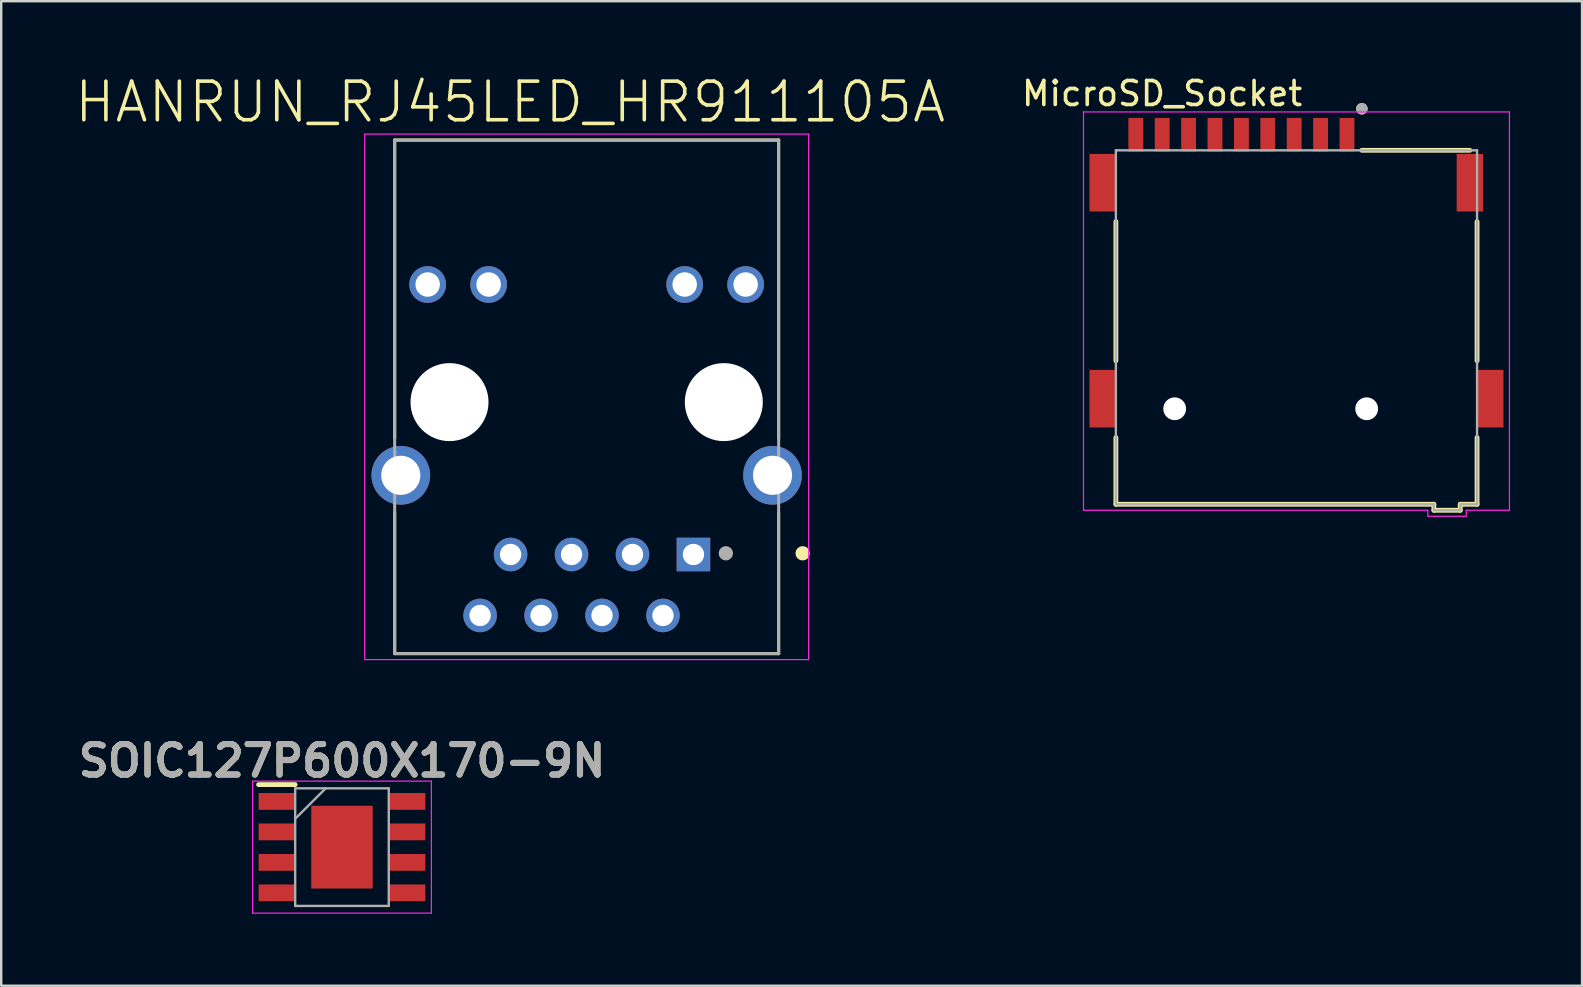
<source format=kicad_pcb>
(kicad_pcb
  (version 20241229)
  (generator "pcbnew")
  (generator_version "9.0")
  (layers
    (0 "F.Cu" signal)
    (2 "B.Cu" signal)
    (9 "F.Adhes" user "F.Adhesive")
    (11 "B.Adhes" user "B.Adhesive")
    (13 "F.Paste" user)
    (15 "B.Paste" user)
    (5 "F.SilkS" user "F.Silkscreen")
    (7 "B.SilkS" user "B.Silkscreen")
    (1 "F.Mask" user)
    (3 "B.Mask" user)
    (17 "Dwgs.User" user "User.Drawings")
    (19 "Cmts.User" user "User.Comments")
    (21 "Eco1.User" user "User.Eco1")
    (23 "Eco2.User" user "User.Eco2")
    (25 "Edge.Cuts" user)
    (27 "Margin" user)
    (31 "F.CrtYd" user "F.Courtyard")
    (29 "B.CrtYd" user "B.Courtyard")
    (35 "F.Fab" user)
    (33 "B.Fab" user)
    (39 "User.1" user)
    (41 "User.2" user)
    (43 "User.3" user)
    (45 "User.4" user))
  (footprint "HANRUN_RJ45LED_HR911105A"
    (layer "F.Cu")
    (at 21.396 13.706)
    (property "Reference" "HANRUN_RJ45LED_HR911105A" (at -3.188 -12.503 0) (layer "F.SilkS") (effects (font (size 1.608 1.608) (thickness 0.15))))
    (attr through_hole)
    (fp_line (start -8 -10.92) (end -8 1.5) (stroke (width 0.127) (type solid)) (layer "F.SilkS"))
    (fp_line (start -8 4.6) (end -8 10.48) (stroke (width 0.127) (type solid)) (layer "F.SilkS"))
    (fp_line (start 8 -10.92) (end -8 -10.92) (stroke (width 0.127) (type solid)) (layer "F.SilkS"))
    (fp_line (start 8 -10.92) (end 8 1.5) (stroke (width 0.127) (type solid)) (layer "F.SilkS"))
    (fp_line (start 8 4.6) (end 8 10.48) (stroke (width 0.127) (type solid)) (layer "F.SilkS"))
    (fp_line (start 8 10.48) (end -8 10.48) (stroke (width 0.127) (type solid)) (layer "F.SilkS"))
    (fp_circle (center 9 6.3) (end 9.15 6.3) (stroke (width 0.3) (type solid)) (fill no) (layer "F.SilkS"))
    (fp_line (start -9.25 -11.17) (end -9.25 10.73) (stroke (width 0.05) (type solid)) (layer "F.CrtYd"))
    (fp_line (start -9.25 10.73) (end 9.25 10.73) (stroke (width 0.05) (type solid)) (layer "F.CrtYd"))
    (fp_line (start 9.25 -11.17) (end -9.25 -11.17) (stroke (width 0.05) (type solid)) (layer "F.CrtYd"))
    (fp_line (start 9.25 10.73) (end 9.25 -11.17) (stroke (width 0.05) (type solid)) (layer "F.CrtYd"))
    (fp_line (start -8 -10.92) (end -8 10.48) (stroke (width 0.127) (type solid)) (layer "F.Fab"))
    (fp_line (start -8 10.48) (end 8 10.48) (stroke (width 0.127) (type solid)) (layer "F.Fab"))
    (fp_line (start 8 -10.92) (end -8 -10.92) (stroke (width 0.127) (type solid)) (layer "F.Fab"))
    (fp_line (start 8 10.48) (end 8 -10.92) (stroke (width 0.127) (type solid)) (layer "F.Fab"))
    (fp_circle (center 5.8 6.3) (end 5.95 6.3) (stroke (width 0.3) (type solid)) (fill no) (layer "F.Fab"))
    (pad "" np_thru_hole circle (at -5.715 0) (size 3.25 3.25) (drill 3.25) (layers "*.Cu" "*.Mask"))
    (pad "" np_thru_hole circle (at 5.715 0) (size 3.25 3.25) (drill 3.25) (layers "*.Cu" "*.Mask"))
    (pad "1" thru_hole rect (at 4.45 6.35) (size 1.398 1.398) (drill 0.89) (layers "*.Cu" "*.Mask"))
    (pad "2" thru_hole circle (at 3.18 8.89) (size 1.398 1.398) (drill 0.89) (layers "*.Cu" "*.Mask"))
    (pad "3" thru_hole circle (at 1.91 6.35) (size 1.398 1.398) (drill 0.89) (layers "*.Cu" "*.Mask"))
    (pad "4" thru_hole circle (at 0.64 8.89) (size 1.398 1.398) (drill 0.89) (layers "*.Cu" "*.Mask"))
    (pad "5" thru_hole circle (at -0.63 6.35) (size 1.398 1.398) (drill 0.89) (layers "*.Cu" "*.Mask"))
    (pad "6" thru_hole circle (at -1.9 8.89) (size 1.398 1.398) (drill 0.89) (layers "*.Cu" "*.Mask"))
    (pad "7" thru_hole circle (at -3.17 6.35) (size 1.398 1.398) (drill 0.89) (layers "*.Cu" "*.Mask"))
    (pad "8" thru_hole circle (at -4.44 8.89) (size 1.398 1.398) (drill 0.89) (layers "*.Cu" "*.Mask"))
    (pad "9" thru_hole circle (at 6.625 -4.9) (size 1.53 1.53) (drill 1.02) (layers "*.Cu" "*.Mask"))
    (pad "10" thru_hole circle (at 4.085 -4.9) (size 1.53 1.53) (drill 1.02) (layers "*.Cu" "*.Mask"))
    (pad "11" thru_hole circle (at -4.085 -4.9) (size 1.53 1.53) (drill 1.02) (layers "*.Cu" "*.Mask"))
    (pad "12" thru_hole circle (at -6.625 -4.9) (size 1.53 1.53) (drill 1.02) (layers "*.Cu" "*.Mask"))
    (pad "SH" thru_hole circle (at -7.745 3.05) (size 2.445 2.445) (drill 1.63) (layers "*.Cu" "*.Mask"))
    (pad "SH" thru_hole circle (at 7.745 3.05) (size 2.445 2.445) (drill 1.63) (layers "*.Cu" "*.Mask")))
  (footprint "MicroSD_Socket"
    (layer "F.Cu")
    (at 50.499 13.983)
    (property "Reference" "MicroSD_Socket" (at -5.125 -13.135 0) (layer "F.SilkS") (effects (font (size 1 1) (thickness 0.15))))
    (attr through_hole)
    (fp_line (start -7.05 -2) (end -7.05 -7.8) (stroke (width 0.2) (type solid)) (layer "F.SilkS"))
    (fp_line (start -7.05 3.98) (end -7.05 1.2) (stroke (width 0.2) (type solid)) (layer "F.SilkS"))
    (fp_line (start -7.05 3.98) (end 6.2 3.98) (stroke (width 0.2) (type solid)) (layer "F.SilkS"))
    (fp_line (start 3.2 -10.77) (end 7.7 -10.77) (stroke (width 0.2) (type solid)) (layer "F.SilkS"))
    (fp_line (start 6.2 3.98) (end 6.2 4.23) (stroke (width 0.2) (type solid)) (layer "F.SilkS"))
    (fp_line (start 6.2 4.23) (end 7.3 4.23) (stroke (width 0.2) (type solid)) (layer "F.SilkS"))
    (fp_line (start 7.3 3.98) (end 8 3.98) (stroke (width 0.2) (type solid)) (layer "F.SilkS"))
    (fp_line (start 7.3 4.23) (end 7.3 3.98) (stroke (width 0.2) (type solid)) (layer "F.SilkS"))
    (fp_line (start 8 -2) (end 8 -7.8) (stroke (width 0.2) (type solid)) (layer "F.SilkS"))
    (fp_line (start 8 3.98) (end 8 1.2) (stroke (width 0.2) (type solid)) (layer "F.SilkS"))
    (fp_circle (center 3.2 -12.5) (end 3.32 -12.5) (stroke (width 0.24) (type solid)) (fill no) (layer "F.SilkS"))
    (fp_line (start -8.4 -12.37) (end 9.35 -12.37) (stroke (width 0.05) (type solid)) (layer "F.CrtYd"))
    (fp_line (start -8.4 4.23) (end -8.4 -12.37) (stroke (width 0.05) (type solid)) (layer "F.CrtYd"))
    (fp_line (start -8.4 4.23) (end 5.95 4.23) (stroke (width 0.05) (type solid)) (layer "F.CrtYd"))
    (fp_line (start 5.95 4.23) (end 5.95 4.48) (stroke (width 0.05) (type solid)) (layer "F.CrtYd"))
    (fp_line (start 5.95 4.48) (end 7.55 4.48) (stroke (width 0.05) (type solid)) (layer "F.CrtYd"))
    (fp_line (start 7.55 4.23) (end 9.35 4.23) (stroke (width 0.05) (type solid)) (layer "F.CrtYd"))
    (fp_line (start 7.55 4.48) (end 7.55 4.23) (stroke (width 0.05) (type solid)) (layer "F.CrtYd"))
    (fp_line (start 9.35 -12.37) (end 9.35 4.23) (stroke (width 0.05) (type solid)) (layer "F.CrtYd"))
    (fp_line (start -7.05 -10.77) (end 8 -10.77) (stroke (width 0.1) (type solid)) (layer "F.Fab"))
    (fp_line (start -7.05 3.98) (end -7.05 -10.77) (stroke (width 0.1) (type solid)) (layer "F.Fab"))
    (fp_line (start -7.05 3.98) (end 6.2 3.98) (stroke (width 0.1) (type solid)) (layer "F.Fab"))
    (fp_line (start 6.2 3.98) (end 6.2 4.23) (stroke (width 0.1) (type solid)) (layer "F.Fab"))
    (fp_line (start 6.2 4.23) (end 7.3 4.23) (stroke (width 0.1) (type solid)) (layer "F.Fab"))
    (fp_line (start 7.3 3.98) (end 8 3.98) (stroke (width 0.1) (type solid)) (layer "F.Fab"))
    (fp_line (start 7.3 4.23) (end 7.3 3.98) (stroke (width 0.1) (type solid)) (layer "F.Fab"))
    (fp_line (start 8 3.98) (end 8 -10.77) (stroke (width 0.1) (type solid)) (layer "F.Fab"))
    (fp_circle (center 3.2 -12.5) (end 3.32 -12.5) (stroke (width 0.24) (type solid)) (fill no) (layer "F.Fab"))
    (pad "" np_thru_hole circle (at -4.6 0) (size 0.95 0.95) (drill 0.95) (layers "*.Cu" "*.Mask"))
    (pad "" np_thru_hole circle (at 3.4 0) (size 0.95 0.95) (drill 0.95) (layers "*.Cu" "*.Mask"))
    (pad "P1" smd rect (at 2.58 -11.42) (size 0.62 1.4) (layers "F.Cu" "F.Mask" "F.Paste"))
    (pad "P2" smd rect (at 1.48 -11.42) (size 0.62 1.4) (layers "F.Cu" "F.Mask" "F.Paste"))
    (pad "P3" smd rect (at 0.38 -11.42) (size 0.62 1.4) (layers "F.Cu" "F.Mask" "F.Paste"))
    (pad "P4" smd rect (at -0.72 -11.42) (size 0.62 1.4) (layers "F.Cu" "F.Mask" "F.Paste"))
    (pad "P5" smd rect (at -1.82 -11.42) (size 0.62 1.4) (layers "F.Cu" "F.Mask" "F.Paste"))
    (pad "P6" smd rect (at -2.92 -11.42) (size 0.62 1.4) (layers "F.Cu" "F.Mask" "F.Paste"))
    (pad "P7" smd rect (at -4.02 -11.42) (size 0.62 1.4) (layers "F.Cu" "F.Mask" "F.Paste"))
    (pad "P8" smd rect (at -5.12 -11.42) (size 0.62 1.4) (layers "F.Cu" "F.Mask" "F.Paste"))
    (pad "P9" smd rect (at -6.22 -11.42) (size 0.62 1.4) (layers "F.Cu" "F.Mask" "F.Paste"))
    (pad "SH1" smd rect (at -7.6 -0.42) (size 1.1 2.4) (layers "F.Cu" "F.Mask" "F.Paste"))
    (pad "SH2" smd rect (at -7.6 -9.42) (size 1.1 2.4) (layers "F.Cu" "F.Mask" "F.Paste"))
    (pad "SH3" smd rect (at 7.7 -9.42) (size 1.1 2.4) (layers "F.Cu" "F.Mask" "F.Paste"))
    (pad "SH4" smd rect (at 8.55 -0.42) (size 1.1 2.4) (layers "F.Cu" "F.Mask" "F.Paste")))
  (footprint "SOIC127P600X170-9N"
    (layer "F.Cu")
    (at 11.2 32.25)
    (property "Reference" "SOIC127P600X170-9N" (at 0 -3.6 0) (layer "F.SilkS") (effects (font (size 1.27 1.27) (thickness 0.254))))
    (attr smd)
    (fp_line (start -3.475 -2.605) (end -1.95 -2.605) (stroke (width 0.2) (type solid)) (layer "F.SilkS"))
    (fp_line (start -3.725 -2.75) (end 3.725 -2.75) (stroke (width 0.05) (type solid)) (layer "F.CrtYd"))
    (fp_line (start -3.725 2.75) (end -3.725 -2.75) (stroke (width 0.05) (type solid)) (layer "F.CrtYd"))
    (fp_line (start 3.725 -2.75) (end 3.725 2.75) (stroke (width 0.05) (type solid)) (layer "F.CrtYd"))
    (fp_line (start 3.725 2.75) (end -3.725 2.75) (stroke (width 0.05) (type solid)) (layer "F.CrtYd"))
    (fp_line (start -1.95 -2.45) (end 1.95 -2.45) (stroke (width 0.1) (type solid)) (layer "F.Fab"))
    (fp_line (start -1.95 -1.18) (end -0.68 -2.45) (stroke (width 0.1) (type solid)) (layer "F.Fab"))
    (fp_line (start -1.95 2.45) (end -1.95 -2.45) (stroke (width 0.1) (type solid)) (layer "F.Fab"))
    (fp_line (start 1.95 -2.45) (end 1.95 2.45) (stroke (width 0.1) (type solid)) (layer "F.Fab"))
    (fp_line (start 1.95 2.45) (end -1.95 2.45) (stroke (width 0.1) (type solid)) (layer "F.Fab"))
    (fp_text user "${REFERENCE}" (at 0 -3.6 0) (layer "F.Fab") (effects (font (size 1.27 1.27) (thickness 0.254))))
    (pad "1" smd rect (at -2.712 -1.905 90) (size 0.7 1.525) (layers "F.Cu" "F.Mask" "F.Paste"))
    (pad "2" smd rect (at -2.712 -0.635 90) (size 0.7 1.525) (layers "F.Cu" "F.Mask" "F.Paste"))
    (pad "3" smd rect (at -2.712 0.635 90) (size 0.7 1.525) (layers "F.Cu" "F.Mask" "F.Paste"))
    (pad "4" smd rect (at -2.712 1.905 90) (size 0.7 1.525) (layers "F.Cu" "F.Mask" "F.Paste"))
    (pad "5" smd rect (at 2.712 1.905 90) (size 0.7 1.525) (layers "F.Cu" "F.Mask" "F.Paste"))
    (pad "6" smd rect (at 2.712 0.635 90) (size 0.7 1.525) (layers "F.Cu" "F.Mask" "F.Paste"))
    (pad "7" smd rect (at 2.712 -0.635 90) (size 0.7 1.525) (layers "F.Cu" "F.Mask" "F.Paste"))
    (pad "8" smd rect (at 2.712 -1.905 90) (size 0.7 1.525) (layers "F.Cu" "F.Mask" "F.Paste"))
    (pad "9" smd rect (at 0 0) (size 2.56 3.45) (layers "F.Cu" "F.Mask" "F.Paste")))
  (gr_rect
    (start -3 -3)
    (end 62.874 38.025)
    (stroke (width 0.1) (type default))
    (fill no)
    (layer "Edge.Cuts")))
</source>
